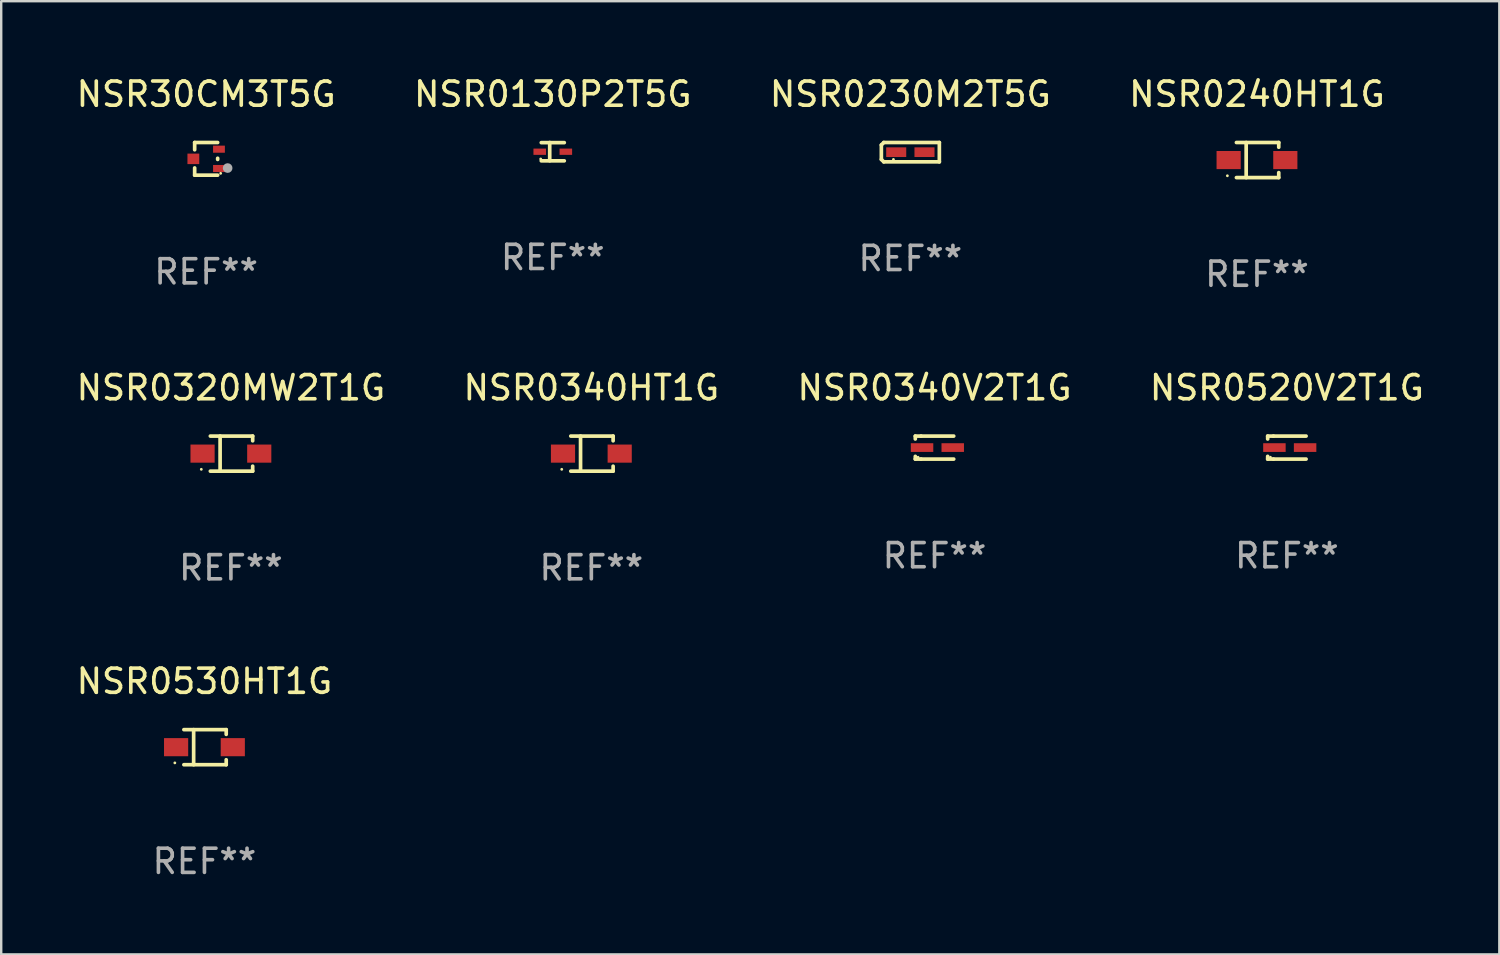
<source format=kicad_pcb>
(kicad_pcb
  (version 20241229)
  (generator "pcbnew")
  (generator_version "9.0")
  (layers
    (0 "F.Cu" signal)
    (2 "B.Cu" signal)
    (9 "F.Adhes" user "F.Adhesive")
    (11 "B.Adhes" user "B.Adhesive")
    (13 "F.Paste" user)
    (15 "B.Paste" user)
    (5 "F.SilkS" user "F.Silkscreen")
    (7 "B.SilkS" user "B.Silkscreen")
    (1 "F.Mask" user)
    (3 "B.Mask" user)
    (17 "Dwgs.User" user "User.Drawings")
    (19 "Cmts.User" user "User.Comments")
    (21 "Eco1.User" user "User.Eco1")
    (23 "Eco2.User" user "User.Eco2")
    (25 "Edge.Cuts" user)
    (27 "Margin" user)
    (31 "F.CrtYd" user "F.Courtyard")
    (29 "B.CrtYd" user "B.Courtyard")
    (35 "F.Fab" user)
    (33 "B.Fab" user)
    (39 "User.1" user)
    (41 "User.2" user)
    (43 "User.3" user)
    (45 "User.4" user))
  (footprint "NSR0340V2T1G"
    (layer "F.Cu")
    (at 35.625 15.473)
    (property "Reference" "NSR0340V2T1G" (at 0 -2.476 0) (layer "F.SilkS") (effects (font (size 1 1) (thickness 0.15))))
    (attr through_hole)
    (fp_line (start -0.795 -0.476) (end -0.795 -0.356) (stroke (width 0.152) (type solid)) (layer "F.SilkS"))
    (fp_line (start -0.795 0.363) (end -0.795 0.476) (stroke (width 0.152) (type solid)) (layer "F.SilkS"))
    (fp_line (start -0.795 0.476) (end -0.557 0.476) (stroke (width 0.152) (type solid)) (layer "F.SilkS"))
    (fp_line (start -0.557 -0.476) (end -0.795 -0.476) (stroke (width 0.152) (type solid)) (layer "F.SilkS"))
    (fp_line (start -0.557 -0.476) (end 0.795 -0.476) (stroke (width 0.152) (type solid)) (layer "F.SilkS"))
    (fp_line (start -0.557 0.476) (end 0.795 0.476) (stroke (width 0.152) (type solid)) (layer "F.SilkS"))
    (fp_circle (center -0.681 0.4) (end -0.651 0.4) (stroke (width 0.06) (type solid)) (fill no) (layer "F.SilkS"))
    (fp_text user "REF**" (at 0 4.476 0) (layer "F.Fab") (effects (font (size 1 1) (thickness 0.15))))
    (pad "1" smd rect (at -0.516 0 180) (size 0.93 0.36) (layers "F.Cu" "F.Mask" "F.Paste"))
    (pad "2" smd rect (at 0.754 0 180) (size 0.93 0.36) (layers "F.Cu" "F.Mask" "F.Paste")))
  (footprint "NSR0520V2T1G"
    (layer "F.Cu")
    (at 50.208 15.473)
    (property "Reference" "NSR0520V2T1G" (at 0 -2.476 0) (layer "F.SilkS") (effects (font (size 1 1) (thickness 0.15))))
    (attr through_hole)
    (fp_line (start -0.795 -0.476) (end -0.795 -0.356) (stroke (width 0.152) (type solid)) (layer "F.SilkS"))
    (fp_line (start -0.795 0.363) (end -0.795 0.476) (stroke (width 0.152) (type solid)) (layer "F.SilkS"))
    (fp_line (start -0.795 0.476) (end -0.557 0.476) (stroke (width 0.152) (type solid)) (layer "F.SilkS"))
    (fp_line (start -0.557 -0.476) (end -0.795 -0.476) (stroke (width 0.152) (type solid)) (layer "F.SilkS"))
    (fp_line (start -0.557 -0.476) (end 0.795 -0.476) (stroke (width 0.152) (type solid)) (layer "F.SilkS"))
    (fp_line (start -0.557 0.476) (end 0.795 0.476) (stroke (width 0.152) (type solid)) (layer "F.SilkS"))
    (fp_circle (center -0.681 0.4) (end -0.651 0.4) (stroke (width 0.06) (type solid)) (fill no) (layer "F.SilkS"))
    (fp_text user "REF**" (at 0 4.476 0) (layer "F.Fab") (effects (font (size 1 1) (thickness 0.15))))
    (pad "1" smd rect (at -0.516 0 180) (size 0.93 0.36) (layers "F.Cu" "F.Mask" "F.Paste"))
    (pad "2" smd rect (at 0.754 0 180) (size 0.93 0.36) (layers "F.Cu" "F.Mask" "F.Paste")))
  (footprint "NSR0240HT1G"
    (layer "F.Cu")
    (at 48.97 3.574)
    (property "Reference" "NSR0240HT1G" (at 0 -2.726 0) (layer "F.SilkS") (effects (font (size 1 1) (thickness 0.15))))
    (attr through_hole)
    (fp_line (start -0.851 -0.726) (end 0.901 -0.726) (stroke (width 0.152) (type solid)) (layer "F.SilkS"))
    (fp_line (start -0.851 0.726) (end 0.901 0.726) (stroke (width 0.152) (type solid)) (layer "F.SilkS"))
    (fp_line (start -0.447 -0.726) (end -0.447 0.726) (stroke (width 0.152) (type solid)) (layer "F.SilkS"))
    (fp_line (start 0.901 -0.726) (end 0.901 -0.53) (stroke (width 0.152) (type solid)) (layer "F.SilkS"))
    (fp_line (start 0.901 0.726) (end 0.901 0.52) (stroke (width 0.152) (type solid)) (layer "F.SilkS"))
    (fp_circle (center -1.225 0.65) (end -1.195 0.65) (stroke (width 0.06) (type solid)) (fill no) (layer "F.SilkS"))
    (fp_text user "REF**" (at 0 4.726 0) (layer "F.Fab") (effects (font (size 1 1) (thickness 0.15))))
    (pad "1" smd rect (at -1.173 0) (size 1 0.75) (layers "F.Cu" "F.Mask" "F.Paste"))
    (pad "2" smd rect (at 1.173 0) (size 1 0.75) (layers "F.Cu" "F.Mask" "F.Paste")))
  (footprint "NSR30CM3T5G"
    (layer "F.Cu")
    (at 5.482 3.524)
    (property "Reference" "NSR30CM3T5G" (at 0 -2.676 0) (layer "F.SilkS") (effects (font (size 1 1) (thickness 0.15))))
    (attr through_hole)
    (fp_line (start -0.476 -0.676) (end -0.476 -0.376) (stroke (width 0.152) (type solid)) (layer "F.SilkS"))
    (fp_line (start -0.476 0.676) (end -0.476 0.376) (stroke (width 0.152) (type solid)) (layer "F.SilkS"))
    (fp_line (start 0.476 -0.676) (end -0.476 -0.676) (stroke (width 0.152) (type solid)) (layer "F.SilkS"))
    (fp_line (start 0.476 -0.024) (end 0.476 0.024) (stroke (width 0.152) (type solid)) (layer "F.SilkS"))
    (fp_line (start 0.476 0.676) (end -0.476 0.676) (stroke (width 0.152) (type solid)) (layer "F.SilkS"))
    (fp_circle (center 0.6 0.6) (end 0.63 0.6) (stroke (width 0.06) (type solid)) (fill no) (layer "F.SilkS"))
    (fp_circle (center 0.889 0.381) (end 0.989 0.381) (stroke (width 0.2) (type solid)) (fill no) (layer "F.Fab"))
    (fp_text user "REF**" (at 0 4.676 0) (layer "F.Fab") (effects (font (size 1 1) (thickness 0.15))))
    (pad "1" smd rect (at 0.53 0.4) (size 0.489 0.294) (layers "F.Cu" "F.Mask" "F.Paste"))
    (pad "2" smd rect (at 0.53 -0.4) (size 0.489 0.294) (layers "F.Cu" "F.Mask" "F.Paste"))
    (pad "3" smd rect (at -0.53 0) (size 0.489 0.434) (layers "F.Cu" "F.Mask" "F.Paste")))
  (footprint "NSR0130P2T5G"
    (layer "F.Cu")
    (at 19.827 3.227)
    (property "Reference" "NSR0130P2T5G" (at 0 -2.379 0) (layer "F.SilkS") (effects (font (size 1 1) (thickness 0.15))))
    (attr through_hole)
    (fp_line (start -0.476 -0.374) (end 0.476 -0.374) (stroke (width 0.152) (type solid)) (layer "F.SilkS"))
    (fp_line (start -0.476 0.379) (end 0.476 0.379) (stroke (width 0.152) (type solid)) (layer "F.SilkS"))
    (fp_line (start -0.127 -0.379) (end -0.127 0.374) (stroke (width 0.152) (type solid)) (layer "F.SilkS"))
    (fp_circle (center -0.5 0.302) (end -0.47 0.302) (stroke (width 0.06) (type solid)) (fill no) (layer "F.SilkS"))
    (fp_text user "REF**" (at 0 4.379 0) (layer "F.Fab") (effects (font (size 1 1) (thickness 0.15))))
    (pad "1" smd rect (at -0.54 0.002 180) (size 0.52 0.26) (layers "F.Cu" "F.Mask" "F.Paste"))
    (pad "2" smd rect (at 0.54 0.002 180) (size 0.52 0.26) (layers "F.Cu" "F.Mask" "F.Paste")))
  (footprint "NSR0530HT1G"
    (layer "F.Cu")
    (at 5.411 27.872)
    (property "Reference" "NSR0530HT1G" (at 0 -2.726 0) (layer "F.SilkS") (effects (font (size 1 1) (thickness 0.15))))
    (attr through_hole)
    (fp_line (start -0.851 -0.726) (end 0.901 -0.726) (stroke (width 0.152) (type solid)) (layer "F.SilkS"))
    (fp_line (start -0.851 0.726) (end 0.901 0.726) (stroke (width 0.152) (type solid)) (layer "F.SilkS"))
    (fp_line (start -0.447 -0.726) (end -0.447 0.726) (stroke (width 0.152) (type solid)) (layer "F.SilkS"))
    (fp_line (start 0.901 -0.726) (end 0.901 -0.53) (stroke (width 0.152) (type solid)) (layer "F.SilkS"))
    (fp_line (start 0.901 0.726) (end 0.901 0.52) (stroke (width 0.152) (type solid)) (layer "F.SilkS"))
    (fp_circle (center -1.225 0.65) (end -1.195 0.65) (stroke (width 0.06) (type solid)) (fill no) (layer "F.SilkS"))
    (fp_text user "REF**" (at 0 4.726 0) (layer "F.Fab") (effects (font (size 1 1) (thickness 0.15))))
    (pad "1" smd rect (at -1.173 0) (size 1 0.75) (layers "F.Cu" "F.Mask" "F.Paste"))
    (pad "2" smd rect (at 1.173 0) (size 1 0.75) (layers "F.Cu" "F.Mask" "F.Paste")))
  (footprint "NSR0320MW2T1G"
    (layer "F.Cu")
    (at 6.506 15.723)
    (property "Reference" "NSR0320MW2T1G" (at 0 -2.726 0) (layer "F.SilkS") (effects (font (size 1 1) (thickness 0.15))))
    (attr through_hole)
    (fp_line (start -0.851 -0.726) (end 0.901 -0.726) (stroke (width 0.152) (type solid)) (layer "F.SilkS"))
    (fp_line (start -0.851 0.726) (end 0.901 0.726) (stroke (width 0.152) (type solid)) (layer "F.SilkS"))
    (fp_line (start -0.447 -0.726) (end -0.447 0.726) (stroke (width 0.152) (type solid)) (layer "F.SilkS"))
    (fp_line (start 0.901 -0.726) (end 0.901 -0.53) (stroke (width 0.152) (type solid)) (layer "F.SilkS"))
    (fp_line (start 0.901 0.726) (end 0.901 0.52) (stroke (width 0.152) (type solid)) (layer "F.SilkS"))
    (fp_circle (center -1.225 0.65) (end -1.195 0.65) (stroke (width 0.06) (type solid)) (fill no) (layer "F.SilkS"))
    (fp_text user "REF**" (at 0 4.726 0) (layer "F.Fab") (effects (font (size 1 1) (thickness 0.15))))
    (pad "1" smd rect (at -1.173 0) (size 1 0.75) (layers "F.Cu" "F.Mask" "F.Paste"))
    (pad "2" smd rect (at 1.173 0) (size 1 0.75) (layers "F.Cu" "F.Mask" "F.Paste")))
  (footprint "NSR0230M2T5G"
    (layer "F.Cu")
    (at 34.625 3.248)
    (property "Reference" "NSR0230M2T5G" (at 0 -2.4 0) (layer "F.SilkS") (effects (font (size 1 1) (thickness 0.15))))
    (attr through_hole)
    (fp_line (start -1.2 -0.3) (end -1.1 -0.4) (stroke (width 0.152) (type solid)) (layer "F.SilkS"))
    (fp_line (start -1.2 0.3) (end -1.2 -0.3) (stroke (width 0.152) (type solid)) (layer "F.SilkS"))
    (fp_line (start -1.1 -0.4) (end 1.2 -0.4) (stroke (width 0.152) (type solid)) (layer "F.SilkS"))
    (fp_line (start -1.1 0.4) (end -1.2 0.3) (stroke (width 0.152) (type solid)) (layer "F.SilkS"))
    (fp_line (start 1.2 -0.4) (end 1.2 0.4) (stroke (width 0.152) (type solid)) (layer "F.SilkS"))
    (fp_line (start 1.2 0.4) (end -1.1 0.4) (stroke (width 0.152) (type solid)) (layer "F.SilkS"))
    (fp_circle (center -0.7 0.3) (end -0.67 0.3) (stroke (width 0.06) (type solid)) (fill no) (layer "F.SilkS"))
    (fp_text user "REF**" (at 0 4.4 0) (layer "F.Fab") (effects (font (size 1 1) (thickness 0.15))))
    (pad "1" smd rect (at -0.585 0 180) (size 0.83 0.4) (layers "F.Cu" "F.Mask" "F.Paste"))
    (pad "2" smd rect (at 0.585 0 180) (size 0.83 0.4) (layers "F.Cu" "F.Mask" "F.Paste")))
  (footprint "NSR0340HT1G"
    (layer "F.Cu")
    (at 21.423 15.723)
    (property "Reference" "NSR0340HT1G" (at 0 -2.726 0) (layer "F.SilkS") (effects (font (size 1 1) (thickness 0.15))))
    (attr through_hole)
    (fp_line (start -0.851 -0.726) (end 0.901 -0.726) (stroke (width 0.152) (type solid)) (layer "F.SilkS"))
    (fp_line (start -0.851 0.726) (end 0.901 0.726) (stroke (width 0.152) (type solid)) (layer "F.SilkS"))
    (fp_line (start -0.447 -0.726) (end -0.447 0.726) (stroke (width 0.152) (type solid)) (layer "F.SilkS"))
    (fp_line (start 0.901 -0.726) (end 0.901 -0.53) (stroke (width 0.152) (type solid)) (layer "F.SilkS"))
    (fp_line (start 0.901 0.726) (end 0.901 0.52) (stroke (width 0.152) (type solid)) (layer "F.SilkS"))
    (fp_circle (center -1.225 0.65) (end -1.195 0.65) (stroke (width 0.06) (type solid)) (fill no) (layer "F.SilkS"))
    (fp_text user "REF**" (at 0 4.726 0) (layer "F.Fab") (effects (font (size 1 1) (thickness 0.15))))
    (pad "1" smd rect (at -1.173 0) (size 1 0.75) (layers "F.Cu" "F.Mask" "F.Paste"))
    (pad "2" smd rect (at 1.173 0) (size 1 0.75) (layers "F.Cu" "F.Mask" "F.Paste")))
  (gr_rect
    (start -3 -3)
    (end 59 36.447)
    (stroke (width 0.1) (type default))
    (fill no)
    (layer "Edge.Cuts")))
</source>
